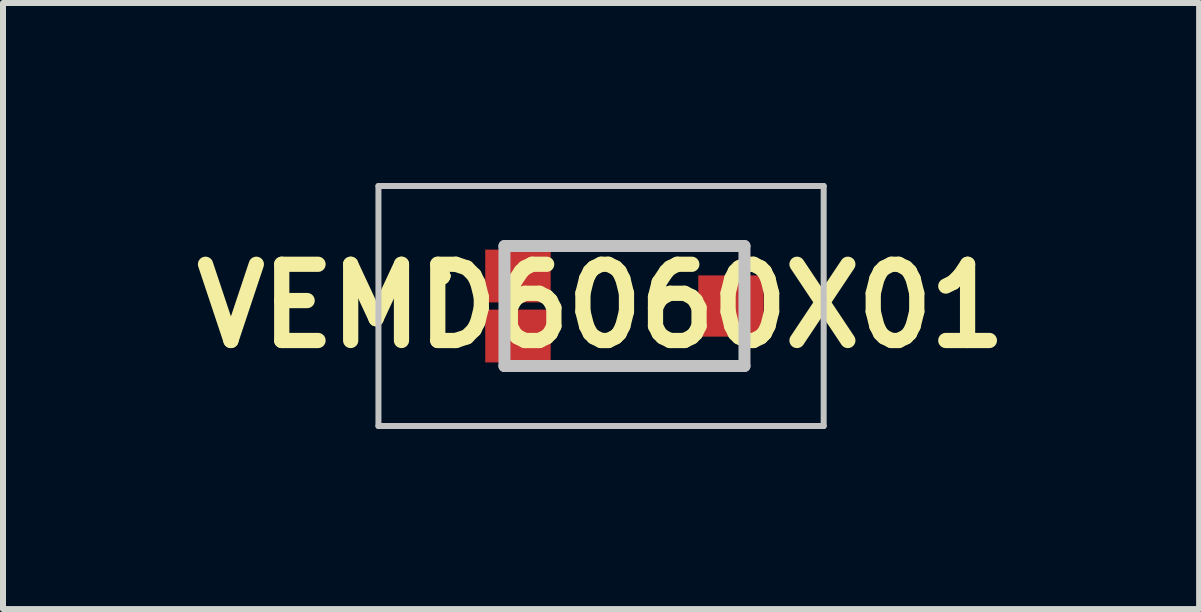
<source format=kicad_pcb>
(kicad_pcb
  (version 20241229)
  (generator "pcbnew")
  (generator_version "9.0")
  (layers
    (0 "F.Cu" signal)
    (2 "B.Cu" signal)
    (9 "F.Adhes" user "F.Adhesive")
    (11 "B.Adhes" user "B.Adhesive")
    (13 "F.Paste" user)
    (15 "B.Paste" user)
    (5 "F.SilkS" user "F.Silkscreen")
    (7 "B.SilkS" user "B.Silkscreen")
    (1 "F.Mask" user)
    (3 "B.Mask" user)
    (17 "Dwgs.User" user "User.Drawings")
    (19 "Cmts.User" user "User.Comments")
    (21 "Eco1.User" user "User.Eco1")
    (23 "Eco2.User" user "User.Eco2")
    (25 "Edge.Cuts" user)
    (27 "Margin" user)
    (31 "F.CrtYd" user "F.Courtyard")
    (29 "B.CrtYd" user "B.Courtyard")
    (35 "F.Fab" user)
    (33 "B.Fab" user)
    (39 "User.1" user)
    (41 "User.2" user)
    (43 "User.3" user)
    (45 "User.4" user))
  (footprint "VEMD6060X01"
    (layer "F.Cu")
    (at 7.357 2.05)
    (property "Reference" "VEMD6060X01" (at -0.39 0 0) (layer "F.SilkS") (effects (font (size 1.27 1.27) (thickness 0.254))))
    (attr smd)
    (fp_line (start -3.1 -0.5) (end -3.1 -0.5) (stroke (width 0.2) (type solid)) (layer "F.SilkS"))
    (fp_line (start -3.1 -0.5) (end -3.1 -0.5) (stroke (width 0.2) (type solid)) (layer "F.SilkS"))
    (fp_line (start -3 -0.5) (end -3 -0.5) (stroke (width 0.2) (type solid)) (layer "F.SilkS"))
    (fp_line (start -0.75 -1) (end -0.75 -1) (stroke (width 0.1) (type solid)) (layer "F.SilkS"))
    (fp_line (start -0.75 -1) (end 0.75 -1) (stroke (width 0.1) (type solid)) (layer "F.SilkS"))
    (fp_line (start -0.75 1) (end -0.75 1) (stroke (width 0.1) (type solid)) (layer "F.SilkS"))
    (fp_line (start -0.75 1) (end 0.75 1) (stroke (width 0.1) (type solid)) (layer "F.SilkS"))
    (fp_line (start 0.75 -1) (end -0.75 -1) (stroke (width 0.1) (type solid)) (layer "F.SilkS"))
    (fp_line (start 0.75 -1) (end 0.75 -1) (stroke (width 0.1) (type solid)) (layer "F.SilkS"))
    (fp_line (start 0.75 1) (end -0.75 1) (stroke (width 0.1) (type solid)) (layer "F.SilkS"))
    (fp_line (start 0.75 1) (end 0.75 1) (stroke (width 0.1) (type solid)) (layer "F.SilkS"))
    (fp_arc (start -3.1 -0.5) (mid -3.05 -0.55) (end -3 -0.5) (stroke (width 0.2) (type solid)) (layer "F.SilkS"))
    (fp_arc (start -3 -0.5) (mid -3.05 -0.45) (end -3.1 -0.5) (stroke (width 0.2) (type solid)) (layer "F.SilkS"))
    (fp_arc (start -3 -0.5) (mid -3.05 -0.45) (end -3.1 -0.5) (stroke (width 0.2) (type solid)) (layer "F.SilkS"))
    (fp_line (start -4.1 -2) (end 3.32 -2) (stroke (width 0.1) (type solid)) (layer "Dwgs.User"))
    (fp_line (start -4.1 2) (end -4.1 -2) (stroke (width 0.1) (type solid)) (layer "Dwgs.User"))
    (fp_line (start -2 -1) (end -2 1) (stroke (width 0.2) (type solid)) (layer "Dwgs.User"))
    (fp_line (start -2 1) (end 2 1) (stroke (width 0.2) (type solid)) (layer "Dwgs.User"))
    (fp_line (start 2 -1) (end -2 -1) (stroke (width 0.2) (type solid)) (layer "Dwgs.User"))
    (fp_line (start 2 1) (end 2 -1) (stroke (width 0.2) (type solid)) (layer "Dwgs.User"))
    (fp_line (start 3.32 -2) (end 3.32 2) (stroke (width 0.1) (type solid)) (layer "Dwgs.User"))
    (fp_line (start 3.32 2) (end -4.1 2) (stroke (width 0.1) (type solid)) (layer "Dwgs.User"))
    (pad "1" smd rect (at -1.775 -0.5 90) (size 0.88 1.09) (layers "F.Cu" "F.Mask" "F.Paste"))
    (pad "2" smd rect (at -1.775 0.5 90) (size 0.88 1.09) (layers "F.Cu" "F.Mask" "F.Paste"))
    (pad "3" smd rect (at 1.775 0 90) (size 1.02 1.09) (layers "F.Cu" "F.Mask" "F.Paste")))
  (gr_rect
    (start -3 -3)
    (end 16.934 7.1)
    (stroke (width 0.1) (type default))
    (fill no)
    (layer "Edge.Cuts")))
</source>
